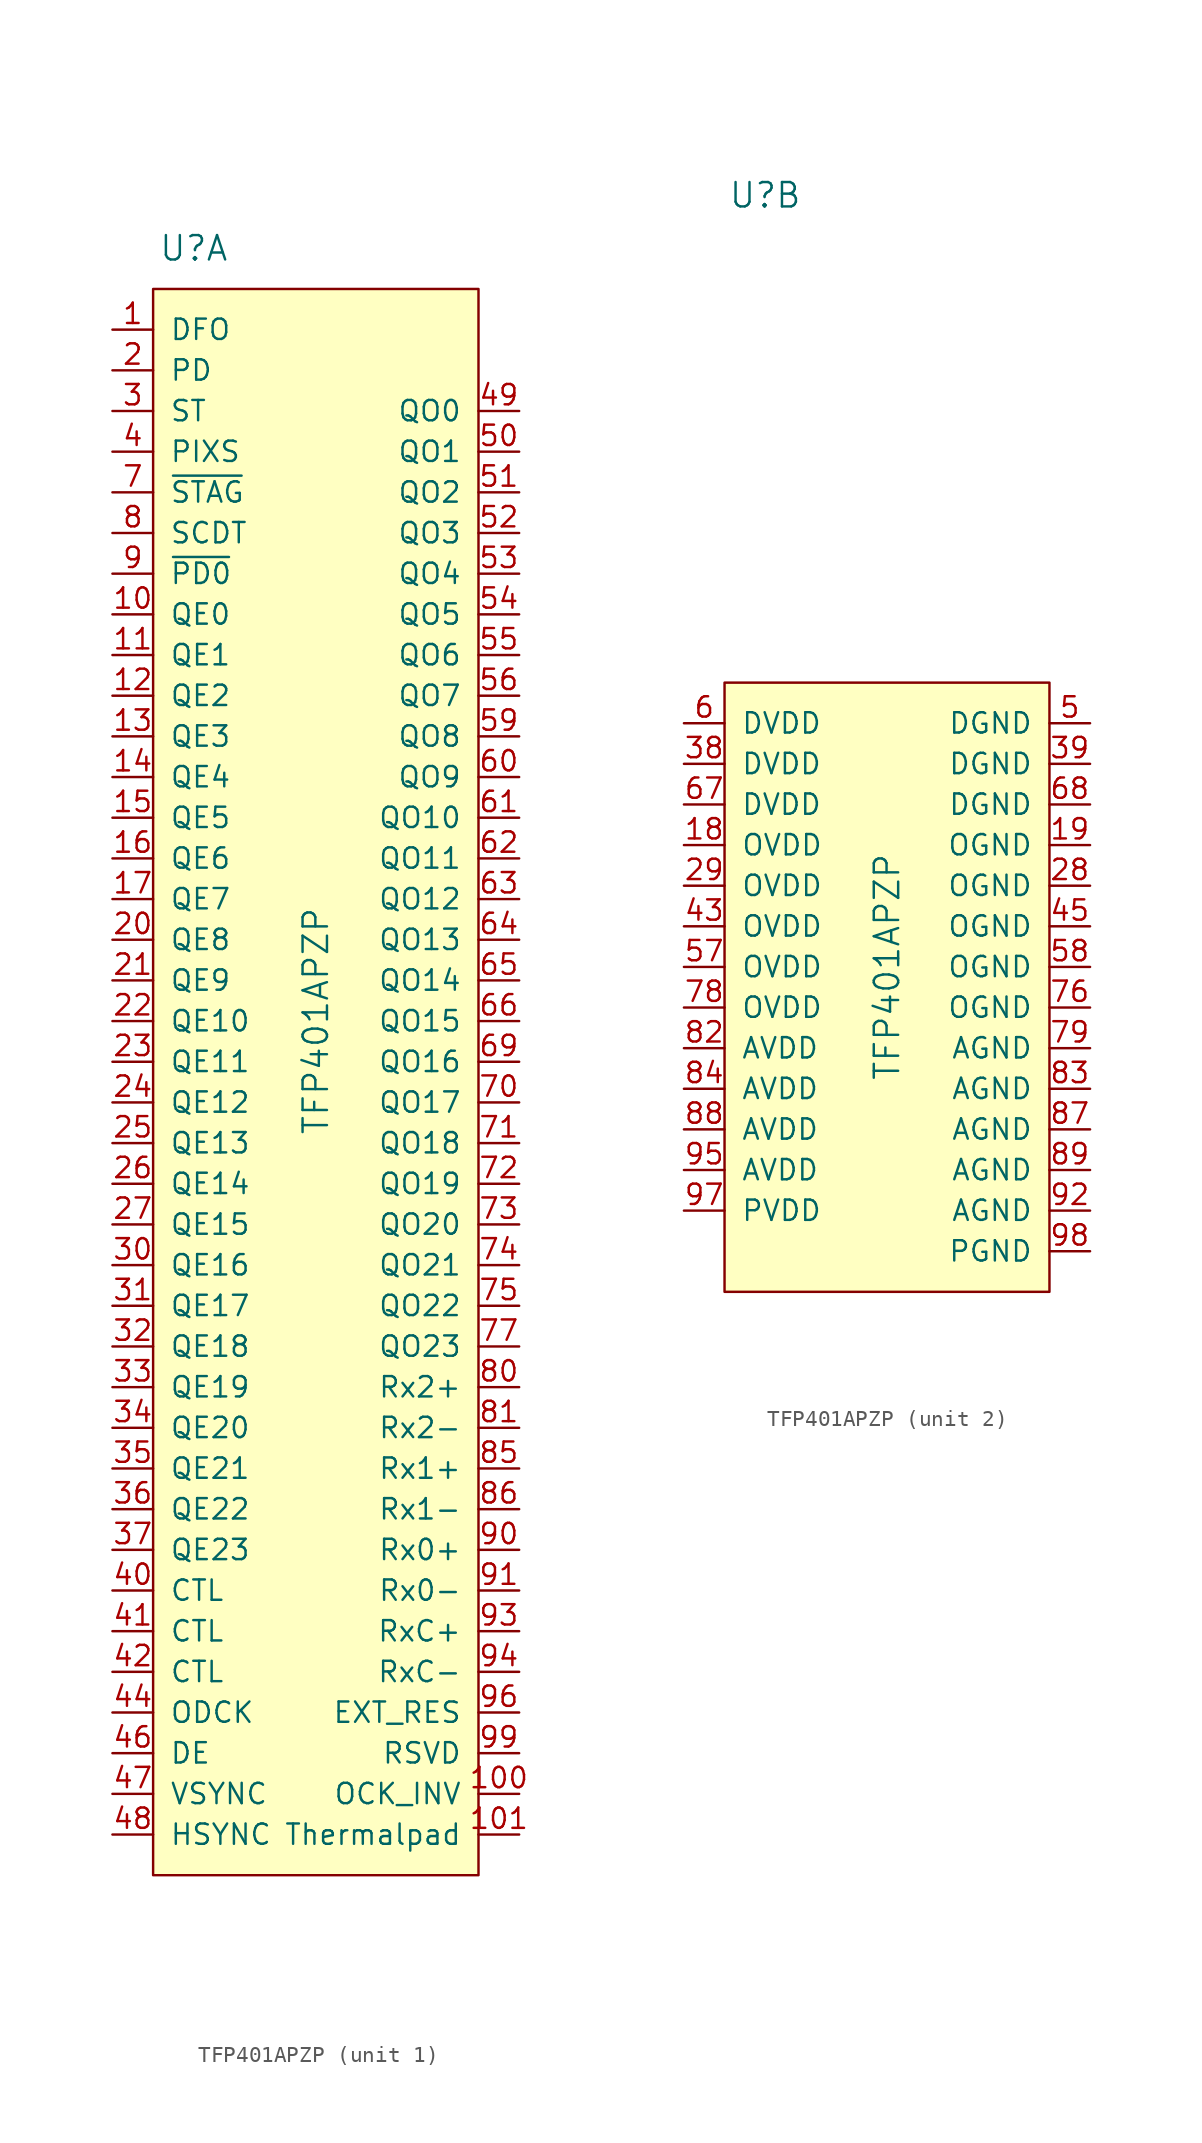
<source format=kicad_sym>
(kicad_symbol_lib
  (version 20211014)
  (generator kicad_symbol_editor)
  (symbol "TFP401APZP"
    (pin_names
      (offset 1.016))
    (property "Reference" "U"
      (at -10.16 48.26 0)
      (effects (font (size 1.524 1.524))))
    (property "Value" "TFP401APZP"
      (at -2.54 0 90)
      (effects (font (size 1.524 1.524))))
    (property "ki_locked" ""
      (at 0 0 0)
      (effects (font (size 1.27 1.27))))
    (symbol "TFP401APZP_1_1"
      (rectangle (start -12.7 45.72) (end 7.62 -53.34) (stroke (width 0) (type default) (color 0 0 0 0)) (fill (type background)))
      (pin input line (at -15.24 43.18 0) (length 2.54) (name "DFO" (effects (font (size 1.27 1.27)))) (number "1" (effects (font (size 1.27 1.27)))))
      (pin output line (at -15.24 25.4 0) (length 2.54) (name "QE0" (effects (font (size 1.27 1.27)))) (number "10" (effects (font (size 1.27 1.27)))))
      (pin input line (at 10.16 -48.26 180) (length 2.54) (name "OCK_INV" (effects (font (size 1.27 1.27)))) (number "100" (effects (font (size 1.27 1.27)))))
      (pin passive line (at 10.16 -50.8 180) (length 2.54) (name "Thermalpad" (effects (font (size 1.27 1.27)))) (number "101" (effects (font (size 1.27 1.27)))))
      (pin output line (at -15.24 22.86 0) (length 2.54) (name "QE1" (effects (font (size 1.27 1.27)))) (number "11" (effects (font (size 1.27 1.27)))))
      (pin output line (at -15.24 20.32 0) (length 2.54) (name "QE2" (effects (font (size 1.27 1.27)))) (number "12" (effects (font (size 1.27 1.27)))))
      (pin output line (at -15.24 17.78 0) (length 2.54) (name "QE3" (effects (font (size 1.27 1.27)))) (number "13" (effects (font (size 1.27 1.27)))))
      (pin output line (at -15.24 15.24 0) (length 2.54) (name "QE4" (effects (font (size 1.27 1.27)))) (number "14" (effects (font (size 1.27 1.27)))))
      (pin output line (at -15.24 12.7 0) (length 2.54) (name "QE5" (effects (font (size 1.27 1.27)))) (number "15" (effects (font (size 1.27 1.27)))))
      (pin output line (at -15.24 10.16 0) (length 2.54) (name "QE6" (effects (font (size 1.27 1.27)))) (number "16" (effects (font (size 1.27 1.27)))))
      (pin output line (at -15.24 7.62 0) (length 2.54) (name "QE7" (effects (font (size 1.27 1.27)))) (number "17" (effects (font (size 1.27 1.27)))))
      (pin input line (at -15.24 40.64 0) (length 2.54) (name "PD" (effects (font (size 1.27 1.27)))) (number "2" (effects (font (size 1.27 1.27)))))
      (pin output line (at -15.24 5.08 0) (length 2.54) (name "QE8" (effects (font (size 1.27 1.27)))) (number "20" (effects (font (size 1.27 1.27)))))
      (pin output line (at -15.24 2.54 0) (length 2.54) (name "QE9" (effects (font (size 1.27 1.27)))) (number "21" (effects (font (size 1.27 1.27)))))
      (pin output line (at -15.24 0 0) (length 2.54) (name "QE10" (effects (font (size 1.27 1.27)))) (number "22" (effects (font (size 1.27 1.27)))))
      (pin output line (at -15.24 -2.54 0) (length 2.54) (name "QE11" (effects (font (size 1.27 1.27)))) (number "23" (effects (font (size 1.27 1.27)))))
      (pin output line (at -15.24 -5.08 0) (length 2.54) (name "QE12" (effects (font (size 1.27 1.27)))) (number "24" (effects (font (size 1.27 1.27)))))
      (pin output line (at -15.24 -7.62 0) (length 2.54) (name "QE13" (effects (font (size 1.27 1.27)))) (number "25" (effects (font (size 1.27 1.27)))))
      (pin output line (at -15.24 -10.16 0) (length 2.54) (name "QE14" (effects (font (size 1.27 1.27)))) (number "26" (effects (font (size 1.27 1.27)))))
      (pin output line (at -15.24 -12.7 0) (length 2.54) (name "QE15" (effects (font (size 1.27 1.27)))) (number "27" (effects (font (size 1.27 1.27)))))
      (pin output line (at -15.24 38.1 0) (length 2.54) (name "ST" (effects (font (size 1.27 1.27)))) (number "3" (effects (font (size 1.27 1.27)))))
      (pin output line (at -15.24 -15.24 0) (length 2.54) (name "QE16" (effects (font (size 1.27 1.27)))) (number "30" (effects (font (size 1.27 1.27)))))
      (pin output line (at -15.24 -17.78 0) (length 2.54) (name "QE17" (effects (font (size 1.27 1.27)))) (number "31" (effects (font (size 1.27 1.27)))))
      (pin output line (at -15.24 -20.32 0) (length 2.54) (name "QE18" (effects (font (size 1.27 1.27)))) (number "32" (effects (font (size 1.27 1.27)))))
      (pin output line (at -15.24 -22.86 0) (length 2.54) (name "QE19" (effects (font (size 1.27 1.27)))) (number "33" (effects (font (size 1.27 1.27)))))
      (pin output line (at -15.24 -25.4 0) (length 2.54) (name "QE20" (effects (font (size 1.27 1.27)))) (number "34" (effects (font (size 1.27 1.27)))))
      (pin output line (at -15.24 -27.94 0) (length 2.54) (name "QE21" (effects (font (size 1.27 1.27)))) (number "35" (effects (font (size 1.27 1.27)))))
      (pin output line (at -15.24 -30.48 0) (length 2.54) (name "QE22" (effects (font (size 1.27 1.27)))) (number "36" (effects (font (size 1.27 1.27)))))
      (pin output line (at -15.24 -33.02 0) (length 2.54) (name "QE23" (effects (font (size 1.27 1.27)))) (number "37" (effects (font (size 1.27 1.27)))))
      (pin input line (at -15.24 35.56 0) (length 2.54) (name "PIXS" (effects (font (size 1.27 1.27)))) (number "4" (effects (font (size 1.27 1.27)))))
      (pin output line (at -15.24 -35.56 0) (length 2.54) (name "CTL" (effects (font (size 1.27 1.27)))) (number "40" (effects (font (size 1.27 1.27)))))
      (pin output line (at -15.24 -38.1 0) (length 2.54) (name "CTL" (effects (font (size 1.27 1.27)))) (number "41" (effects (font (size 1.27 1.27)))))
      (pin output line (at -15.24 -40.64 0) (length 2.54) (name "CTL" (effects (font (size 1.27 1.27)))) (number "42" (effects (font (size 1.27 1.27)))))
      (pin output line (at -15.24 -43.18 0) (length 2.54) (name "ODCK" (effects (font (size 1.27 1.27)))) (number "44" (effects (font (size 1.27 1.27)))))
      (pin output line (at -15.24 -45.72 0) (length 2.54) (name "DE" (effects (font (size 1.27 1.27)))) (number "46" (effects (font (size 1.27 1.27)))))
      (pin output line (at -15.24 -48.26 0) (length 2.54) (name "VSYNC" (effects (font (size 1.27 1.27)))) (number "47" (effects (font (size 1.27 1.27)))))
      (pin output line (at -15.24 -50.8 0) (length 2.54) (name "HSYNC" (effects (font (size 1.27 1.27)))) (number "48" (effects (font (size 1.27 1.27)))))
      (pin output line (at 10.16 38.1 180) (length 2.54) (name "QO0" (effects (font (size 1.27 1.27)))) (number "49" (effects (font (size 1.27 1.27)))))
      (pin output line (at 10.16 35.56 180) (length 2.54) (name "QO1" (effects (font (size 1.27 1.27)))) (number "50" (effects (font (size 1.27 1.27)))))
      (pin output line (at 10.16 33.02 180) (length 2.54) (name "QO2" (effects (font (size 1.27 1.27)))) (number "51" (effects (font (size 1.27 1.27)))))
      (pin output line (at 10.16 30.48 180) (length 2.54) (name "QO3" (effects (font (size 1.27 1.27)))) (number "52" (effects (font (size 1.27 1.27)))))
      (pin output line (at 10.16 27.94 180) (length 2.54) (name "QO4" (effects (font (size 1.27 1.27)))) (number "53" (effects (font (size 1.27 1.27)))))
      (pin output line (at 10.16 25.4 180) (length 2.54) (name "QO5" (effects (font (size 1.27 1.27)))) (number "54" (effects (font (size 1.27 1.27)))))
      (pin output line (at 10.16 22.86 180) (length 2.54) (name "QO6" (effects (font (size 1.27 1.27)))) (number "55" (effects (font (size 1.27 1.27)))))
      (pin output line (at 10.16 20.32 180) (length 2.54) (name "QO7" (effects (font (size 1.27 1.27)))) (number "56" (effects (font (size 1.27 1.27)))))
      (pin output line (at 10.16 17.78 180) (length 2.54) (name "QO8" (effects (font (size 1.27 1.27)))) (number "59" (effects (font (size 1.27 1.27)))))
      (pin output line (at 10.16 15.24 180) (length 2.54) (name "QO9" (effects (font (size 1.27 1.27)))) (number "60" (effects (font (size 1.27 1.27)))))
      (pin output line (at 10.16 12.7 180) (length 2.54) (name "QO10" (effects (font (size 1.27 1.27)))) (number "61" (effects (font (size 1.27 1.27)))))
      (pin output line (at 10.16 10.16 180) (length 2.54) (name "QO11" (effects (font (size 1.27 1.27)))) (number "62" (effects (font (size 1.27 1.27)))))
      (pin output line (at 10.16 7.62 180) (length 2.54) (name "QO12" (effects (font (size 1.27 1.27)))) (number "63" (effects (font (size 1.27 1.27)))))
      (pin output line (at 10.16 5.08 180) (length 2.54) (name "QO13" (effects (font (size 1.27 1.27)))) (number "64" (effects (font (size 1.27 1.27)))))
      (pin output line (at 10.16 2.54 180) (length 2.54) (name "QO14" (effects (font (size 1.27 1.27)))) (number "65" (effects (font (size 1.27 1.27)))))
      (pin output line (at 10.16 0 180) (length 2.54) (name "QO15" (effects (font (size 1.27 1.27)))) (number "66" (effects (font (size 1.27 1.27)))))
      (pin output line (at 10.16 -2.54 180) (length 2.54) (name "QO16" (effects (font (size 1.27 1.27)))) (number "69" (effects (font (size 1.27 1.27)))))
      (pin input line (at -15.24 33.02 0) (length 2.54) (name "~{STAG}" (effects (font (size 1.27 1.27)))) (number "7" (effects (font (size 1.27 1.27)))))
      (pin output line (at 10.16 -5.08 180) (length 2.54) (name "QO17" (effects (font (size 1.27 1.27)))) (number "70" (effects (font (size 1.27 1.27)))))
      (pin output line (at 10.16 -7.62 180) (length 2.54) (name "QO18" (effects (font (size 1.27 1.27)))) (number "71" (effects (font (size 1.27 1.27)))))
      (pin output line (at 10.16 -10.16 180) (length 2.54) (name "QO19" (effects (font (size 1.27 1.27)))) (number "72" (effects (font (size 1.27 1.27)))))
      (pin output line (at 10.16 -12.7 180) (length 2.54) (name "QO20" (effects (font (size 1.27 1.27)))) (number "73" (effects (font (size 1.27 1.27)))))
      (pin output line (at 10.16 -15.24 180) (length 2.54) (name "QO21" (effects (font (size 1.27 1.27)))) (number "74" (effects (font (size 1.27 1.27)))))
      (pin output line (at 10.16 -17.78 180) (length 2.54) (name "QO22" (effects (font (size 1.27 1.27)))) (number "75" (effects (font (size 1.27 1.27)))))
      (pin output line (at 10.16 -20.32 180) (length 2.54) (name "QO23" (effects (font (size 1.27 1.27)))) (number "77" (effects (font (size 1.27 1.27)))))
      (pin output line (at -15.24 30.48 0) (length 2.54) (name "SCDT" (effects (font (size 1.27 1.27)))) (number "8" (effects (font (size 1.27 1.27)))))
      (pin input line (at 10.16 -22.86 180) (length 2.54) (name "Rx2+" (effects (font (size 1.27 1.27)))) (number "80" (effects (font (size 1.27 1.27)))))
      (pin input line (at 10.16 -25.4 180) (length 2.54) (name "Rx2-" (effects (font (size 1.27 1.27)))) (number "81" (effects (font (size 1.27 1.27)))))
      (pin input line (at 10.16 -27.94 180) (length 2.54) (name "Rx1+" (effects (font (size 1.27 1.27)))) (number "85" (effects (font (size 1.27 1.27)))))
      (pin input line (at 10.16 -30.48 180) (length 2.54) (name "Rx1-" (effects (font (size 1.27 1.27)))) (number "86" (effects (font (size 1.27 1.27)))))
      (pin input line (at -15.24 27.94 0) (length 2.54) (name "~{PD0}" (effects (font (size 1.27 1.27)))) (number "9" (effects (font (size 1.27 1.27)))))
      (pin input line (at 10.16 -33.02 180) (length 2.54) (name "Rx0+" (effects (font (size 1.27 1.27)))) (number "90" (effects (font (size 1.27 1.27)))))
      (pin input line (at 10.16 -35.56 180) (length 2.54) (name "Rx0-" (effects (font (size 1.27 1.27)))) (number "91" (effects (font (size 1.27 1.27)))))
      (pin input line (at 10.16 -38.1 180) (length 2.54) (name "RxC+" (effects (font (size 1.27 1.27)))) (number "93" (effects (font (size 1.27 1.27)))))
      (pin input line (at 10.16 -40.64 180) (length 2.54) (name "RxC-" (effects (font (size 1.27 1.27)))) (number "94" (effects (font (size 1.27 1.27)))))
      (pin passive line (at 10.16 -43.18 180) (length 2.54) (name "EXT_RES" (effects (font (size 1.27 1.27)))) (number "96" (effects (font (size 1.27 1.27)))))
      (pin input line (at 10.16 -45.72 180) (length 2.54) (name "RSVD" (effects (font (size 1.27 1.27)))) (number "99" (effects (font (size 1.27 1.27))))))
    (symbol "TFP401APZP_2_1"
      (rectangle (start -12.7 17.78) (end 7.62 -20.32) (stroke (width 0) (type default) (color 0 0 0 0)) (fill (type background)))
      (pin power_in line (at -15.24 7.62 0) (length 2.54) (name "OVDD" (effects (font (size 1.27 1.27)))) (number "18" (effects (font (size 1.27 1.27)))))
      (pin power_in line (at 10.16 7.62 180) (length 2.54) (name "OGND" (effects (font (size 1.27 1.27)))) (number "19" (effects (font (size 1.27 1.27)))))
      (pin power_in line (at 10.16 5.08 180) (length 2.54) (name "OGND" (effects (font (size 1.27 1.27)))) (number "28" (effects (font (size 1.27 1.27)))))
      (pin power_in line (at -15.24 5.08 0) (length 2.54) (name "OVDD" (effects (font (size 1.27 1.27)))) (number "29" (effects (font (size 1.27 1.27)))))
      (pin power_in line (at -15.24 12.7 0) (length 2.54) (name "DVDD" (effects (font (size 1.27 1.27)))) (number "38" (effects (font (size 1.27 1.27)))))
      (pin power_in line (at 10.16 12.7 180) (length 2.54) (name "DGND" (effects (font (size 1.27 1.27)))) (number "39" (effects (font (size 1.27 1.27)))))
      (pin power_in line (at -15.24 2.54 0) (length 2.54) (name "OVDD" (effects (font (size 1.27 1.27)))) (number "43" (effects (font (size 1.27 1.27)))))
      (pin power_in line (at 10.16 2.54 180) (length 2.54) (name "OGND" (effects (font (size 1.27 1.27)))) (number "45" (effects (font (size 1.27 1.27)))))
      (pin power_in line (at 10.16 15.24 180) (length 2.54) (name "DGND" (effects (font (size 1.27 1.27)))) (number "5" (effects (font (size 1.27 1.27)))))
      (pin power_in line (at -15.24 0 0) (length 2.54) (name "OVDD" (effects (font (size 1.27 1.27)))) (number "57" (effects (font (size 1.27 1.27)))))
      (pin power_in line (at 10.16 0 180) (length 2.54) (name "OGND" (effects (font (size 1.27 1.27)))) (number "58" (effects (font (size 1.27 1.27)))))
      (pin power_in line (at -15.24 15.24 0) (length 2.54) (name "DVDD" (effects (font (size 1.27 1.27)))) (number "6" (effects (font (size 1.27 1.27)))))
      (pin power_in line (at -15.24 10.16 0) (length 2.54) (name "DVDD" (effects (font (size 1.27 1.27)))) (number "67" (effects (font (size 1.27 1.27)))))
      (pin power_in line (at 10.16 10.16 180) (length 2.54) (name "DGND" (effects (font (size 1.27 1.27)))) (number "68" (effects (font (size 1.27 1.27)))))
      (pin power_in line (at 10.16 -2.54 180) (length 2.54) (name "OGND" (effects (font (size 1.27 1.27)))) (number "76" (effects (font (size 1.27 1.27)))))
      (pin power_in line (at -15.24 -2.54 0) (length 2.54) (name "OVDD" (effects (font (size 1.27 1.27)))) (number "78" (effects (font (size 1.27 1.27)))))
      (pin power_in line (at 10.16 -5.08 180) (length 2.54) (name "AGND" (effects (font (size 1.27 1.27)))) (number "79" (effects (font (size 1.27 1.27)))))
      (pin power_in line (at -15.24 -5.08 0) (length 2.54) (name "AVDD" (effects (font (size 1.27 1.27)))) (number "82" (effects (font (size 1.27 1.27)))))
      (pin power_in line (at 10.16 -7.62 180) (length 2.54) (name "AGND" (effects (font (size 1.27 1.27)))) (number "83" (effects (font (size 1.27 1.27)))))
      (pin power_in line (at -15.24 -7.62 0) (length 2.54) (name "AVDD" (effects (font (size 1.27 1.27)))) (number "84" (effects (font (size 1.27 1.27)))))
      (pin power_in line (at 10.16 -10.16 180) (length 2.54) (name "AGND" (effects (font (size 1.27 1.27)))) (number "87" (effects (font (size 1.27 1.27)))))
      (pin power_in line (at -15.24 -10.16 0) (length 2.54) (name "AVDD" (effects (font (size 1.27 1.27)))) (number "88" (effects (font (size 1.27 1.27)))))
      (pin power_in line (at 10.16 -12.7 180) (length 2.54) (name "AGND" (effects (font (size 1.27 1.27)))) (number "89" (effects (font (size 1.27 1.27)))))
      (pin power_in line (at 10.16 -15.24 180) (length 2.54) (name "AGND" (effects (font (size 1.27 1.27)))) (number "92" (effects (font (size 1.27 1.27)))))
      (pin power_in line (at -15.24 -12.7 0) (length 2.54) (name "AVDD" (effects (font (size 1.27 1.27)))) (number "95" (effects (font (size 1.27 1.27)))))
      (pin power_in line (at -15.24 -15.24 0) (length 2.54) (name "PVDD" (effects (font (size 1.27 1.27)))) (number "97" (effects (font (size 1.27 1.27)))))
      (pin power_in line (at 10.16 -17.78 180) (length 2.54) (name "PGND" (effects (font (size 1.27 1.27)))) (number "98" (effects (font (size 1.27 1.27))))))))
</source>
